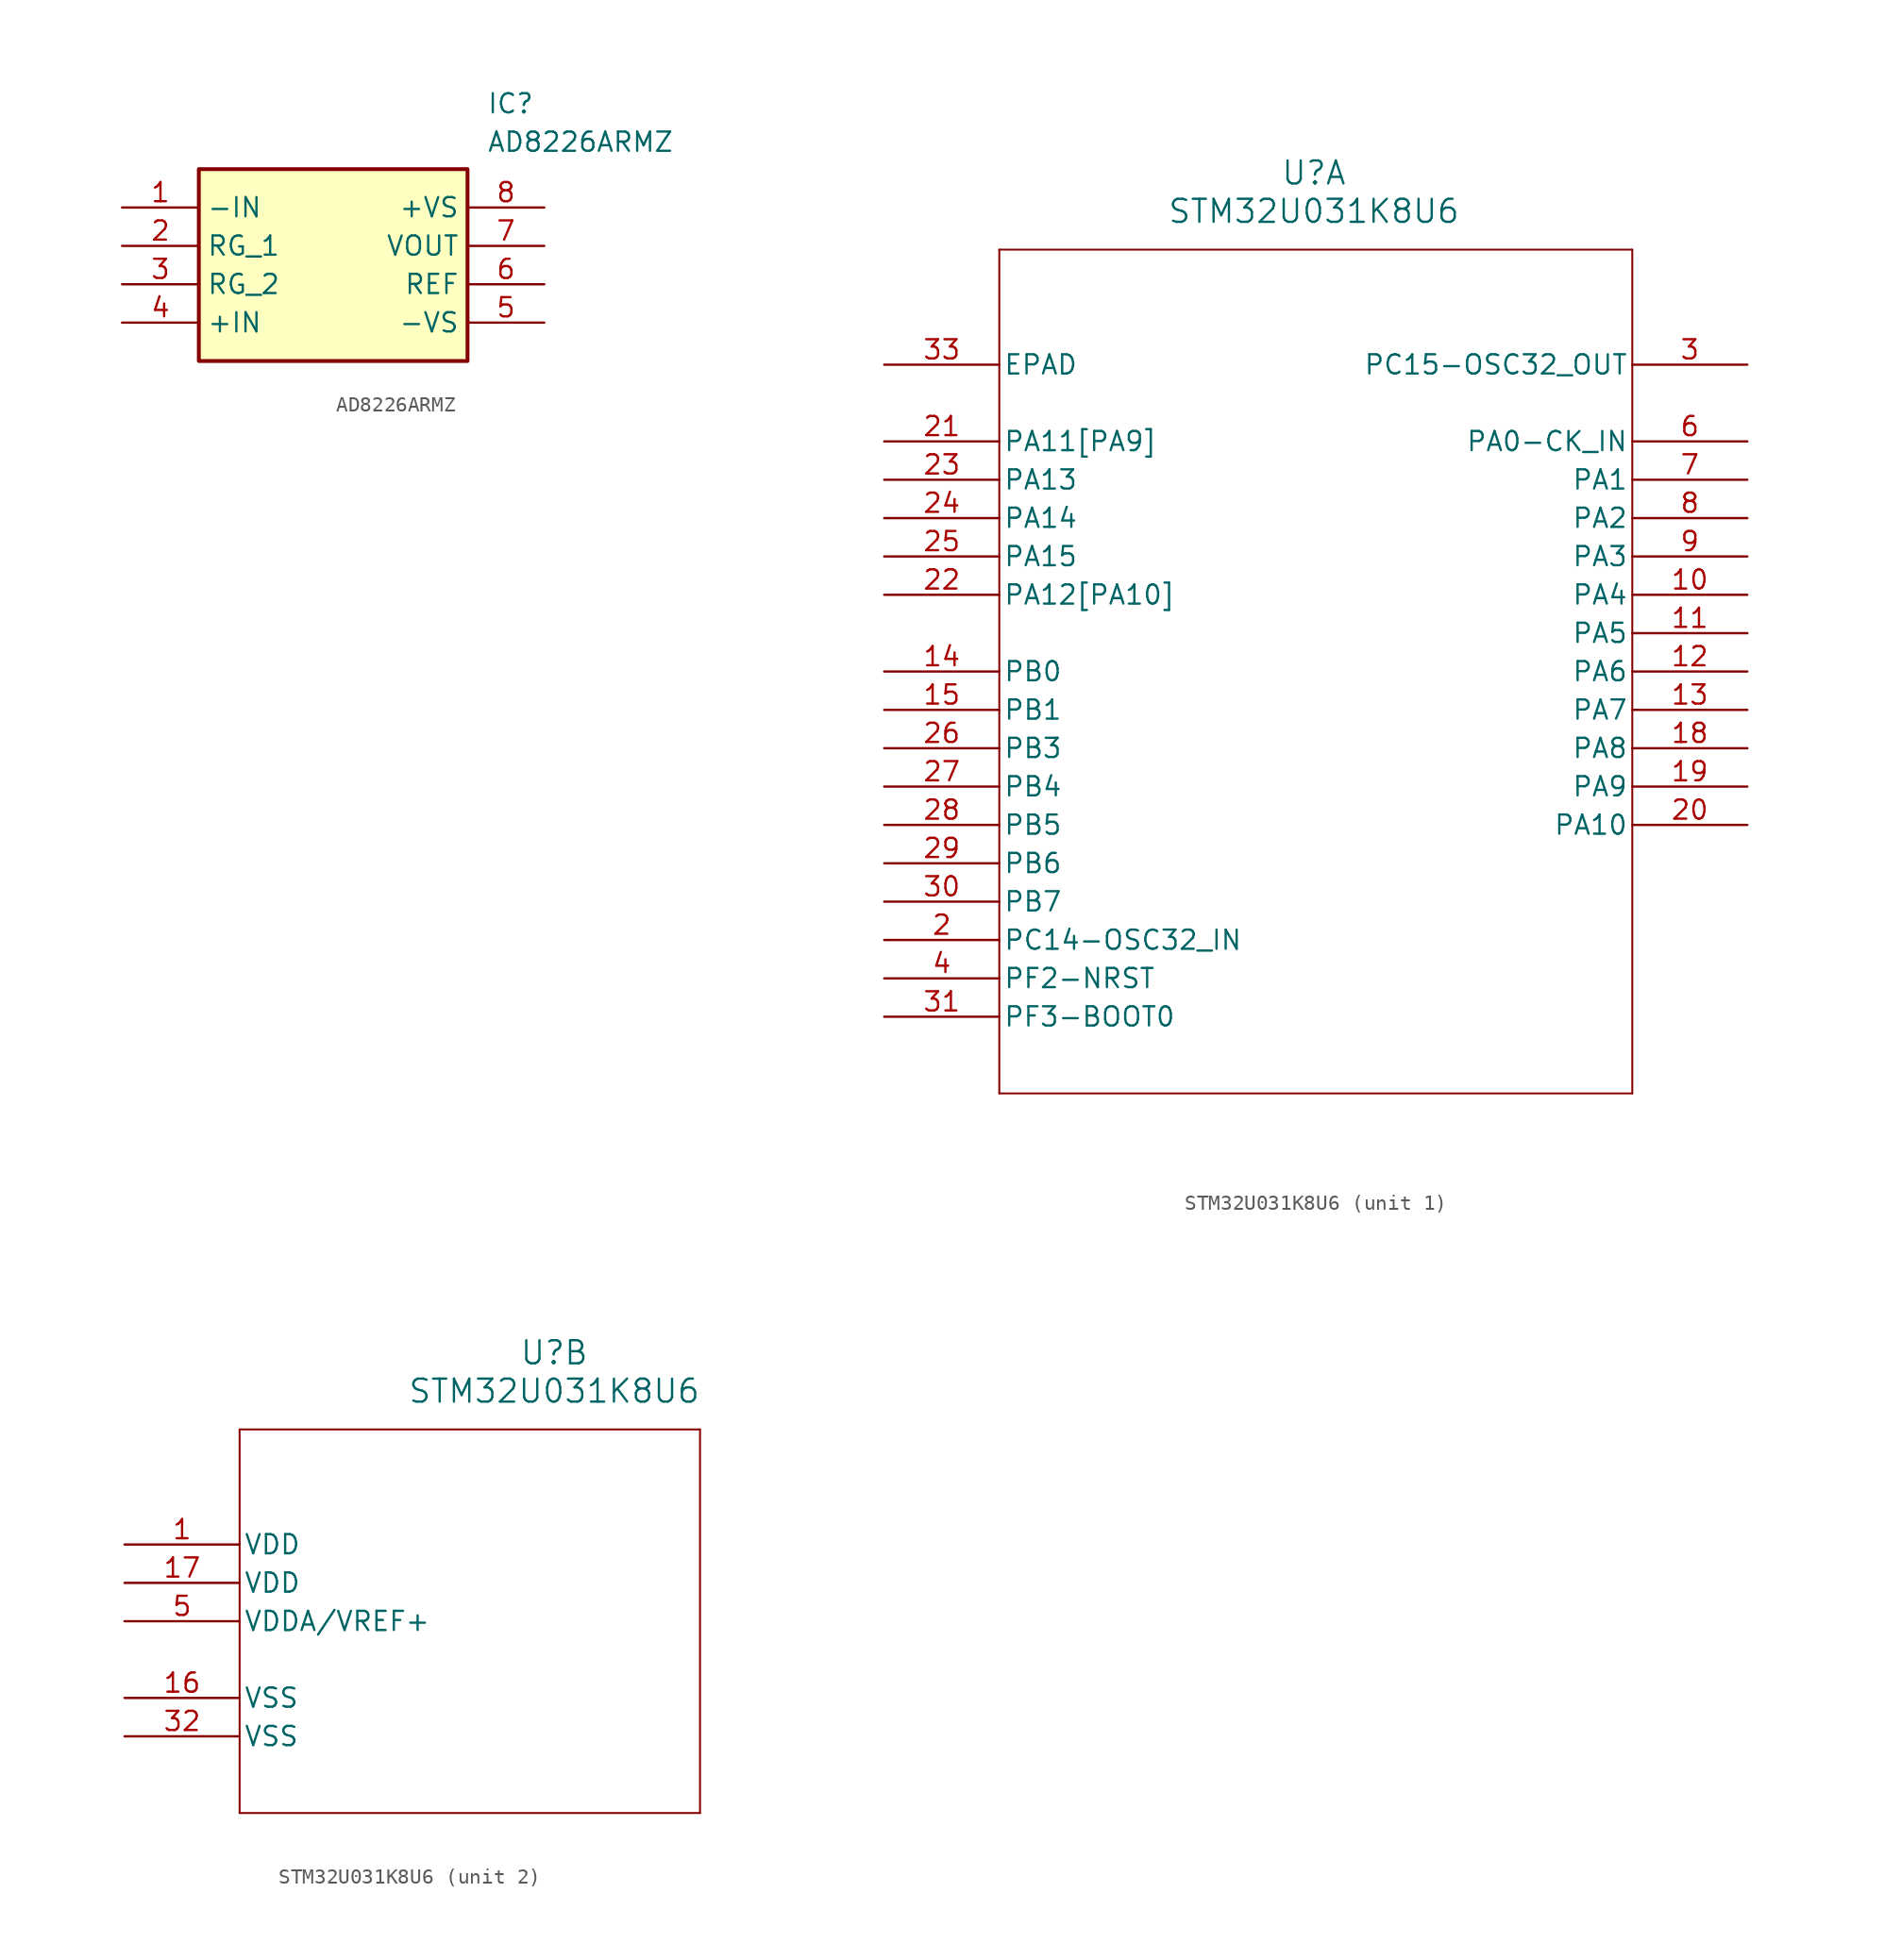
<source format=kicad_sym>
(kicad_symbol_lib
  (version 20231120)
  (generator "kicad_symbol_editor")
  (generator_version "8.0")
  (symbol "AD8226ARMZ"
    (property "Reference" "IC"
      (at 24.13 7.62 0)
      (effects (font (size 1.27 1.27)) (justify left top)))
    (property "Value" "AD8226ARMZ"
      (at 24.13 5.08 0)
      (effects (font (size 1.27 1.27)) (justify left top)))
    (symbol "AD8226ARMZ_1_1"
      (rectangle (start 5.08 2.54) (end 22.86 -10.16) (stroke (width 0.254) (type default)) (fill (type background)))
      (pin passive line (at 0 0 0) (length 5.08) (name "-IN" (effects (font (size 1.27 1.27)))) (number "1" (effects (font (size 1.27 1.27)))))
      (pin passive line (at 0 -2.54 0) (length 5.08) (name "RG_1" (effects (font (size 1.27 1.27)))) (number "2" (effects (font (size 1.27 1.27)))))
      (pin passive line (at 0 -5.08 0) (length 5.08) (name "RG_2" (effects (font (size 1.27 1.27)))) (number "3" (effects (font (size 1.27 1.27)))))
      (pin passive line (at 0 -7.62 0) (length 5.08) (name "+IN" (effects (font (size 1.27 1.27)))) (number "4" (effects (font (size 1.27 1.27)))))
      (pin passive line (at 27.94 -7.62 180) (length 5.08) (name "-VS" (effects (font (size 1.27 1.27)))) (number "5" (effects (font (size 1.27 1.27)))))
      (pin passive line (at 27.94 -5.08 180) (length 5.08) (name "REF" (effects (font (size 1.27 1.27)))) (number "6" (effects (font (size 1.27 1.27)))))
      (pin passive line (at 27.94 -2.54 180) (length 5.08) (name "VOUT" (effects (font (size 1.27 1.27)))) (number "7" (effects (font (size 1.27 1.27)))))
      (pin passive line (at 27.94 0 180) (length 5.08) (name "+VS" (effects (font (size 1.27 1.27)))) (number "8" (effects (font (size 1.27 1.27)))))))
  (symbol "STM32U031K8U6"
    (pin_names
      (offset 0.254))
    (property "Reference" "U"
      (at 28.448 12.7 0)
      (effects (font (size 1.524 1.524))))
    (property "Value" "STM32U031K8U6"
      (at 28.448 10.16 0)
      (effects (font (size 1.524 1.524))))
    (property "ki_locked" ""
      (at 0 0 0)
      (effects (font (size 1.27 1.27))))
    (symbol "STM32U031K8U6_1_1"
      (polyline (pts (xy 7.62 -48.26) (xy 49.53 -48.26)) (stroke (width 0.127) (type default)) (fill (type none)))
      (polyline (pts (xy 7.62 7.62) (xy 7.62 -48.26)) (stroke (width 0.127) (type default)) (fill (type none)))
      (polyline (pts (xy 49.53 -48.26) (xy 49.53 7.62)) (stroke (width 0.127) (type default)) (fill (type none)))
      (polyline (pts (xy 49.53 7.62) (xy 7.62 7.62)) (stroke (width 0.127) (type default)) (fill (type none)))
      (pin bidirectional line (at 57.15 -15.24 180) (length 7.62) (name "PA4" (effects (font (size 1.27 1.27)))) (number "10" (effects (font (size 1.27 1.27)))))
      (pin bidirectional line (at 57.15 -17.78 180) (length 7.62) (name "PA5" (effects (font (size 1.27 1.27)))) (number "11" (effects (font (size 1.27 1.27)))))
      (pin bidirectional line (at 57.15 -20.32 180) (length 7.62) (name "PA6" (effects (font (size 1.27 1.27)))) (number "12" (effects (font (size 1.27 1.27)))))
      (pin bidirectional line (at 57.15 -22.86 180) (length 7.62) (name "PA7" (effects (font (size 1.27 1.27)))) (number "13" (effects (font (size 1.27 1.27)))))
      (pin bidirectional line (at 0 -20.32 0) (length 7.62) (name "PB0" (effects (font (size 1.27 1.27)))) (number "14" (effects (font (size 1.27 1.27)))))
      (pin bidirectional line (at 0 -22.86 0) (length 7.62) (name "PB1" (effects (font (size 1.27 1.27)))) (number "15" (effects (font (size 1.27 1.27)))))
      (pin bidirectional line (at 57.15 -25.4 180) (length 7.62) (name "PA8" (effects (font (size 1.27 1.27)))) (number "18" (effects (font (size 1.27 1.27)))))
      (pin bidirectional line (at 57.15 -27.94 180) (length 7.62) (name "PA9" (effects (font (size 1.27 1.27)))) (number "19" (effects (font (size 1.27 1.27)))))
      (pin bidirectional line (at 0 -38.1 0) (length 7.62) (name "PC14-OSC32_IN" (effects (font (size 1.27 1.27)))) (number "2" (effects (font (size 1.27 1.27)))))
      (pin bidirectional line (at 57.15 -30.48 180) (length 7.62) (name "PA10" (effects (font (size 1.27 1.27)))) (number "20" (effects (font (size 1.27 1.27)))))
      (pin bidirectional line (at 0 -5.08 0) (length 7.62) (name "PA11[PA9]" (effects (font (size 1.27 1.27)))) (number "21" (effects (font (size 1.27 1.27)))))
      (pin bidirectional line (at 0 -15.24 0) (length 7.62) (name "PA12[PA10]" (effects (font (size 1.27 1.27)))) (number "22" (effects (font (size 1.27 1.27)))))
      (pin bidirectional line (at 0 -7.62 0) (length 7.62) (name "PA13" (effects (font (size 1.27 1.27)))) (number "23" (effects (font (size 1.27 1.27)))))
      (pin bidirectional line (at 0 -10.16 0) (length 7.62) (name "PA14" (effects (font (size 1.27 1.27)))) (number "24" (effects (font (size 1.27 1.27)))))
      (pin bidirectional line (at 0 -12.7 0) (length 7.62) (name "PA15" (effects (font (size 1.27 1.27)))) (number "25" (effects (font (size 1.27 1.27)))))
      (pin bidirectional line (at 0 -25.4 0) (length 7.62) (name "PB3" (effects (font (size 1.27 1.27)))) (number "26" (effects (font (size 1.27 1.27)))))
      (pin bidirectional line (at 0 -27.94 0) (length 7.62) (name "PB4" (effects (font (size 1.27 1.27)))) (number "27" (effects (font (size 1.27 1.27)))))
      (pin bidirectional line (at 0 -30.48 0) (length 7.62) (name "PB5" (effects (font (size 1.27 1.27)))) (number "28" (effects (font (size 1.27 1.27)))))
      (pin bidirectional line (at 0 -33.02 0) (length 7.62) (name "PB6" (effects (font (size 1.27 1.27)))) (number "29" (effects (font (size 1.27 1.27)))))
      (pin bidirectional line (at 57.15 0 180) (length 7.62) (name "PC15-OSC32_OUT" (effects (font (size 1.27 1.27)))) (number "3" (effects (font (size 1.27 1.27)))))
      (pin bidirectional line (at 0 -35.56 0) (length 7.62) (name "PB7" (effects (font (size 1.27 1.27)))) (number "30" (effects (font (size 1.27 1.27)))))
      (pin bidirectional line (at 0 -43.18 0) (length 7.62) (name "PF3-BOOT0" (effects (font (size 1.27 1.27)))) (number "31" (effects (font (size 1.27 1.27)))))
      (pin unspecified line (at 0 0 0) (length 7.62) (name "EPAD" (effects (font (size 1.27 1.27)))) (number "33" (effects (font (size 1.27 1.27)))))
      (pin bidirectional line (at 0 -40.64 0) (length 7.62) (name "PF2-NRST" (effects (font (size 1.27 1.27)))) (number "4" (effects (font (size 1.27 1.27)))))
      (pin bidirectional line (at 57.15 -5.08 180) (length 7.62) (name "PA0-CK_IN" (effects (font (size 1.27 1.27)))) (number "6" (effects (font (size 1.27 1.27)))))
      (pin bidirectional line (at 57.15 -7.62 180) (length 7.62) (name "PA1" (effects (font (size 1.27 1.27)))) (number "7" (effects (font (size 1.27 1.27)))))
      (pin bidirectional line (at 57.15 -10.16 180) (length 7.62) (name "PA2" (effects (font (size 1.27 1.27)))) (number "8" (effects (font (size 1.27 1.27)))))
      (pin bidirectional line (at 57.15 -12.7 180) (length 7.62) (name "PA3" (effects (font (size 1.27 1.27)))) (number "9" (effects (font (size 1.27 1.27))))))
    (symbol "STM32U031K8U6_2_1"
      (polyline (pts (xy 7.62 -17.78) (xy 38.1 -17.78)) (stroke (width 0.127) (type default)) (fill (type none)))
      (polyline (pts (xy 7.62 7.62) (xy 7.62 -17.78)) (stroke (width 0.127) (type default)) (fill (type none)))
      (polyline (pts (xy 38.1 -17.78) (xy 38.1 7.62)) (stroke (width 0.127) (type default)) (fill (type none)))
      (polyline (pts (xy 38.1 7.62) (xy 7.62 7.62)) (stroke (width 0.127) (type default)) (fill (type none)))
      (pin power_in line (at 0 0 0) (length 7.62) (name "VDD" (effects (font (size 1.27 1.27)))) (number "1" (effects (font (size 1.27 1.27)))))
      (pin power_in line (at 0 -10.16 0) (length 7.62) (name "VSS" (effects (font (size 1.27 1.27)))) (number "16" (effects (font (size 1.27 1.27)))))
      (pin power_in line (at 0 -2.54 0) (length 7.62) (name "VDD" (effects (font (size 1.27 1.27)))) (number "17" (effects (font (size 1.27 1.27)))))
      (pin power_in line (at 0 -12.7 0) (length 7.62) (name "VSS" (effects (font (size 1.27 1.27)))) (number "32" (effects (font (size 1.27 1.27)))))
      (pin power_in line (at 0 -5.08 0) (length 7.62) (name "VDDA/VREF+" (effects (font (size 1.27 1.27)))) (number "5" (effects (font (size 1.27 1.27))))))))
</source>
